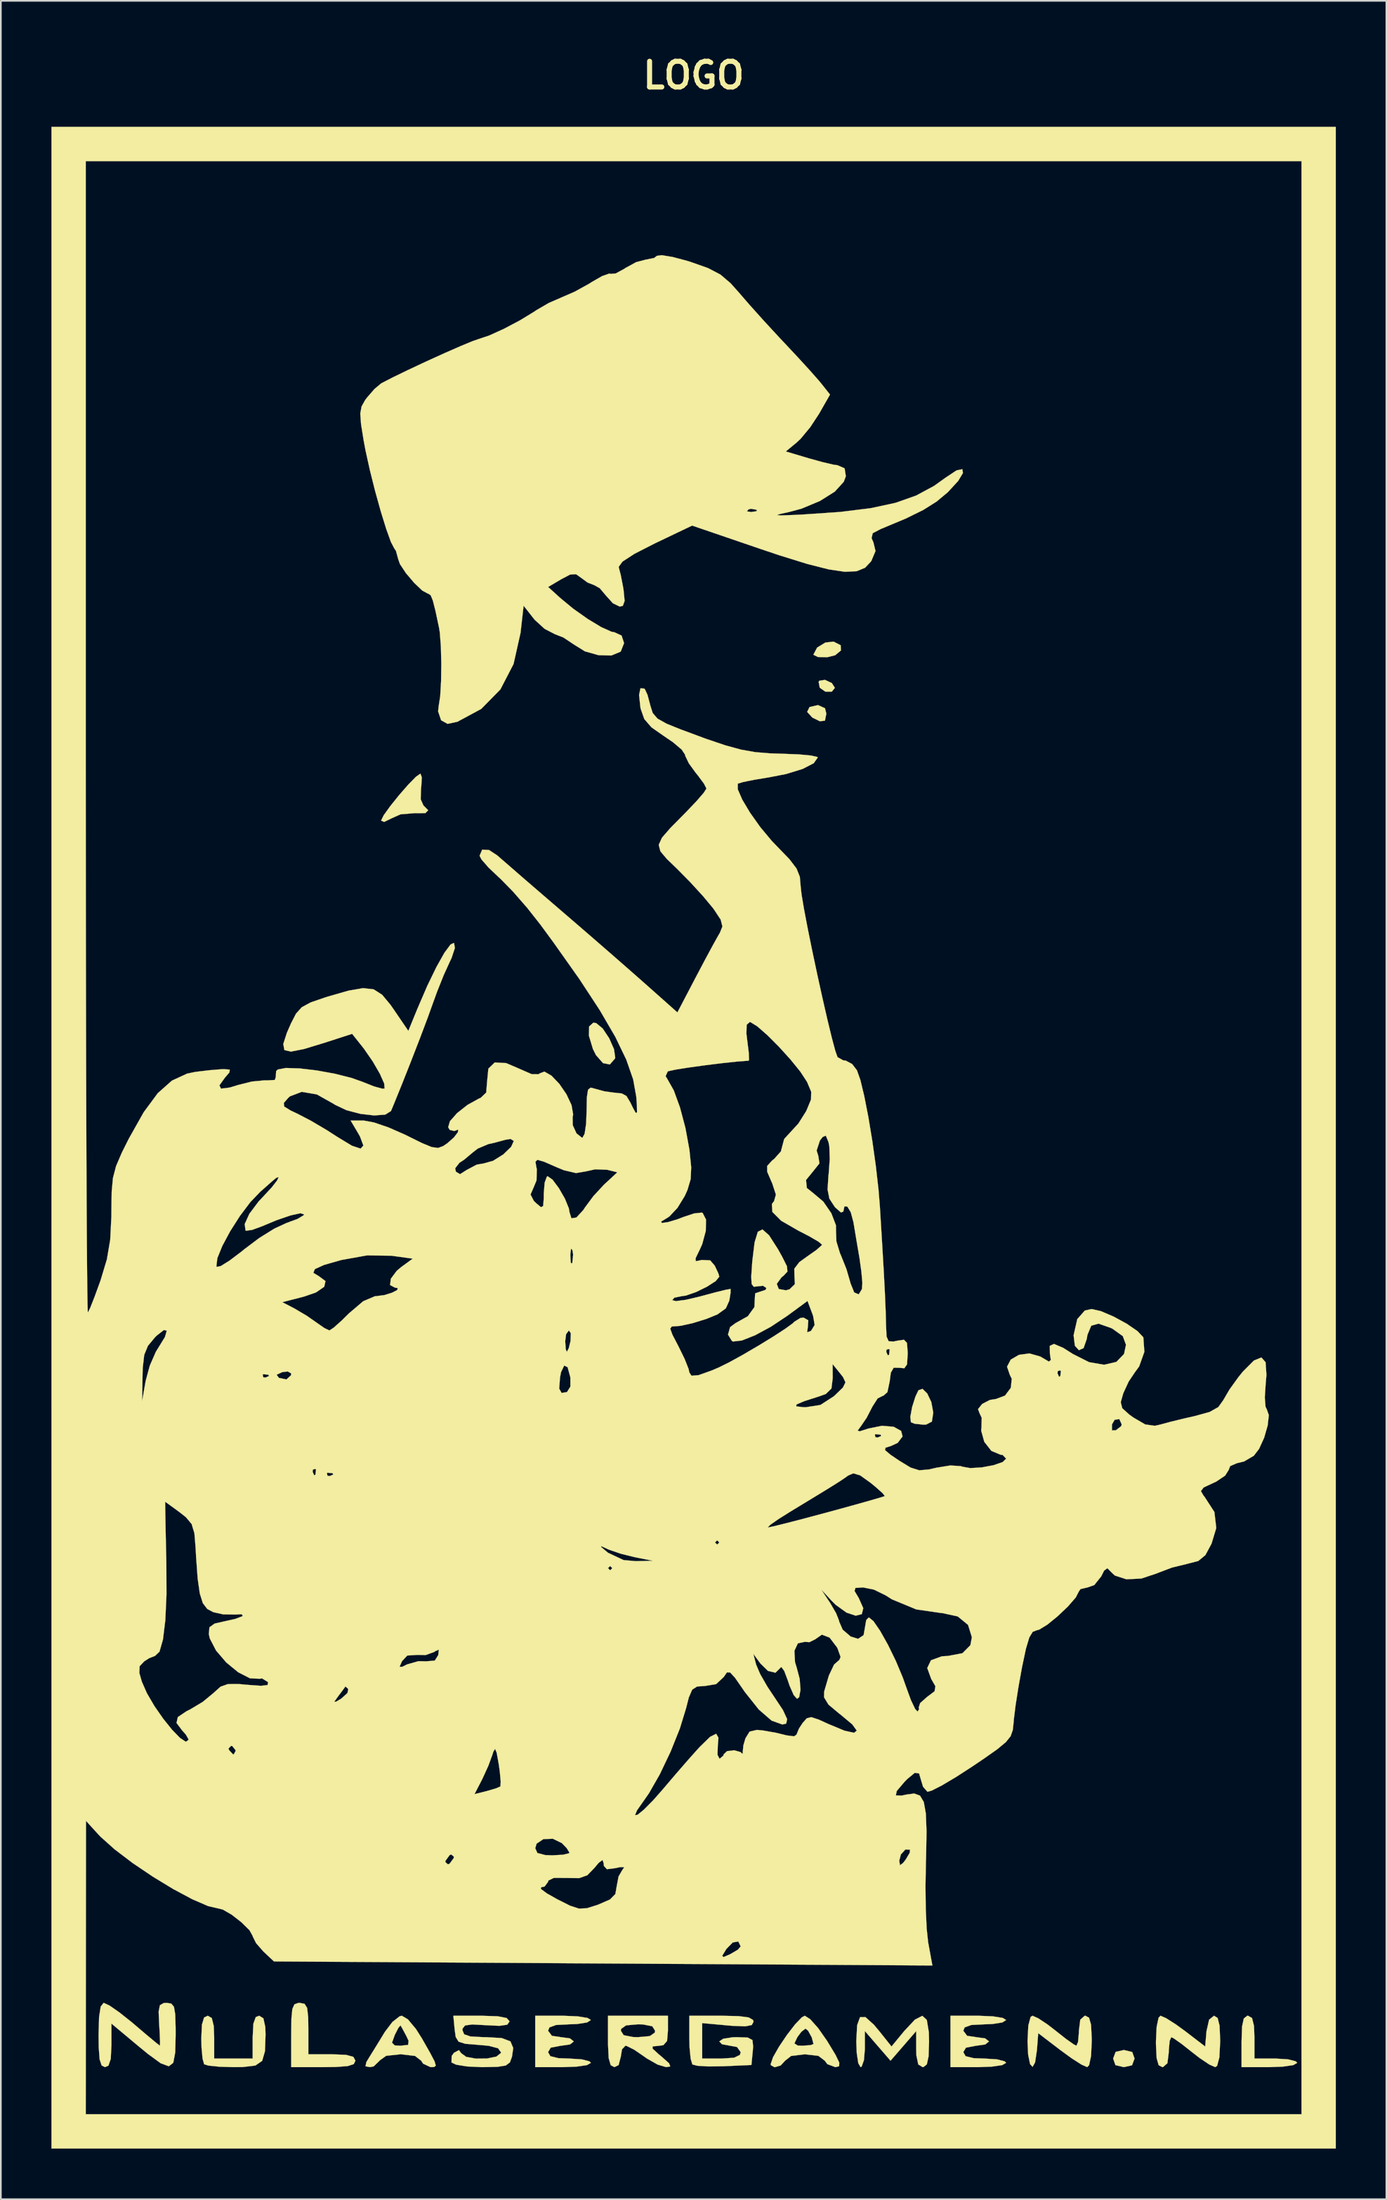
<source format=kicad_pcb>
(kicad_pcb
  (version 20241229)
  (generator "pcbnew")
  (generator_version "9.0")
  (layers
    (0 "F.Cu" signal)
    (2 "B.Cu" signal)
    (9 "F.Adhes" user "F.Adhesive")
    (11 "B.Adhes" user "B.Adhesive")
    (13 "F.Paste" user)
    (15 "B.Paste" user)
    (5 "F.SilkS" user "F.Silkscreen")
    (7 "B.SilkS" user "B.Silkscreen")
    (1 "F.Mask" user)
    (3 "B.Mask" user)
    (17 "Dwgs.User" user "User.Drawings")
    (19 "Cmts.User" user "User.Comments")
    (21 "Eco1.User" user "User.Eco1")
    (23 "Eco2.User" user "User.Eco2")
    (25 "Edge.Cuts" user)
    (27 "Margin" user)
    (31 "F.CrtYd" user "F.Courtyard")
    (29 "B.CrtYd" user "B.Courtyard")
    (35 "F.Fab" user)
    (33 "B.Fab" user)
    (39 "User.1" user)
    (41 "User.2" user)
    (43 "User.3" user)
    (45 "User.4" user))
  (footprint "LOGO"
    (layer "F.Cu")
    (at 38.105 64.418)
    (property "Reference" "LOGO" (at 0 -63 0) (layer "F.SilkS") (effects (font (size 1.524 1.524) (thickness 0.3))))
    (attr through_hole)
    (fp_poly (pts (xy 7.795 -25.467) (xy 7.874 -25.146) (xy 7.792 -24.731) (xy 7.488 -24.697) (xy 7.043 -24.915) (xy 6.737 -25.251) (xy 6.877 -25.538) (xy 7.381 -25.654) (xy 7.795 -25.467)) (stroke (width 0.01) (type solid)) (fill yes) (layer "F.SilkS"))
    (fp_poly (pts (xy 26.025 54.221) (xy 26.162 54.61) (xy 26.013 55.008) (xy 25.527 55.118) (xy 25.029 54.999) (xy 24.892 54.61) (xy 25.041 54.212) (xy 25.527 54.102) (xy 26.025 54.221)) (stroke (width 0.01) (type solid)) (fill yes) (layer "F.SilkS"))
    (fp_poly (pts (xy 8.2 -26.96) (xy 8.382 -26.678) (xy 8.198 -26.451) (xy 7.815 -26.453) (xy 7.486 -26.682) (xy 7.483 -26.687) (xy 7.418 -27.033) (xy 7.457 -27.099) (xy 7.796 -27.149) (xy 8.2 -26.96)) (stroke (width 0.01) (type solid)) (fill yes) (layer "F.SilkS"))
    (fp_poly (pts (xy 8.725 -29.204) (xy 8.739 -28.893) (xy 8.4 -28.611) (xy 7.938 -28.495) (xy 7.378 -28.505) (xy 7.115 -28.635) (xy 7.112 -28.655) (xy 7.327 -29.064) (xy 7.818 -29.364) (xy 8.306 -29.418) (xy 8.725 -29.204)) (stroke (width 0.01) (type solid)) (fill yes) (layer "F.SilkS"))
    (fp_poly (pts (xy -5.781 -6.795) (xy -5.397 -6.478) (xy -5.008 -5.893) (xy -4.723 -5.246) (xy -4.652 -4.743) (xy -4.665 -4.695) (xy -4.969 -4.343) (xy -5.375 -4.422) (xy -5.792 -4.895) (xy -5.974 -5.257) (xy -6.212 -6.046) (xy -6.2 -6.597) (xy -5.951 -6.82) (xy -5.781 -6.795)) (stroke (width 0.01) (type solid)) (fill yes) (layer "F.SilkS"))
    (fp_poly (pts (xy 13.863 15.171) (xy 14.103 15.678) (xy 14.215 16.284) (xy 14.216 16.32) (xy 14.137 16.836) (xy 13.8 17.011) (xy 13.631 17.018) (xy 13.109 16.962) (xy 12.893 16.872) (xy 12.859 16.551) (xy 12.965 15.972) (xy 13.163 15.348) (xy 13.339 14.979) (xy 13.58 14.894) (xy 13.863 15.171)) (stroke (width 0.01) (type solid)) (fill yes) (layer "F.SilkS"))
    (fp_poly (pts (xy 33.133 52.206) (xy 33.25 52.677) (xy 33.274 53.34) (xy 33.274 54.61) (xy 34.544 54.61) (xy 35.268 54.656) (xy 35.728 54.773) (xy 35.814 54.864) (xy 35.581 54.997) (xy 34.963 55.088) (xy 34.163 55.118) (xy 32.512 55.118) (xy 32.512 53.594) (xy 32.541 52.709) (xy 32.645 52.234) (xy 32.847 52.073) (xy 32.893 52.07) (xy 33.133 52.206)) (stroke (width 0.01) (type solid)) (fill yes) (layer "F.SilkS"))
    (fp_poly (pts (xy -23.084 51.364) (xy -22.931 51.608) (xy -22.869 52.157) (xy -22.86 52.832) (xy -22.86 54.356) (xy -21.463 54.356) (xy -20.621 54.39) (xy -20.187 54.51) (xy -20.066 54.737) (xy -20.166 54.938) (xy -20.526 55.056) (xy -21.24 55.109) (xy -21.971 55.118) (xy -23.876 55.118) (xy -23.876 53.213) (xy -23.864 52.239) (xy -23.809 51.668) (xy -23.684 51.393) (xy -23.459 51.311) (xy -23.368 51.308) (xy -23.084 51.364)) (stroke (width 0.01) (type solid)) (fill yes) (layer "F.SilkS"))
    (fp_poly (pts (xy -16.128 -21.371) (xy -16.158 -20.834) (xy -16.173 -20.733) (xy -16.194 -20.071) (xy -16.032 -19.704) (xy -16.03 -19.702) (xy -15.75 -19.418) (xy -15.916 -19.248) (xy -16.473 -19.245) (xy -16.51 -19.25) (xy -17.392 -19.176) (xy -17.907 -18.946) (xy -18.362 -18.725) (xy -18.542 -18.804) (xy -18.542 -18.807) (xy -18.388 -19.122) (xy -17.997 -19.667) (xy -17.477 -20.314) (xy -16.934 -20.935) (xy -16.476 -21.403) (xy -16.21 -21.59) (xy -16.208 -21.59) (xy -16.128 -21.371)) (stroke (width 0.01) (type solid)) (fill yes) (layer "F.SilkS"))
    (fp_poly (pts (xy -25.528 52.222) (xy -25.414 52.738) (xy -25.4 53.192) (xy -25.433 54.169) (xy -25.599 54.744) (xy -26.004 55.023) (xy -26.75 55.112) (xy -27.29 55.118) (xy -28.145 55.093) (xy -28.783 55.027) (xy -29.041 54.949) (xy -29.136 54.618) (xy -29.197 53.952) (xy -29.21 53.425) (xy -29.174 52.597) (xy -29.047 52.177) (xy -28.829 52.07) (xy -28.589 52.206) (xy -28.472 52.677) (xy -28.448 53.34) (xy -28.448 54.61) (xy -26.162 54.61) (xy -26.162 53.34) (xy -26.121 52.541) (xy -25.98 52.151) (xy -25.781 52.07) (xy -25.528 52.222)) (stroke (width 0.01) (type solid)) (fill yes) (layer "F.SilkS"))
    (fp_poly (pts (xy -6.884 52.106) (xy -6.294 52.201) (xy -6.096 52.324) (xy -6.324 52.469) (xy -6.909 52.561) (xy -7.366 52.578) (xy -8.165 52.619) (xy -8.555 52.76) (xy -8.636 52.959) (xy -8.409 53.261) (xy -7.874 53.34) (xy -7.339 53.414) (xy -7.112 53.591) (xy -7.112 53.594) (xy -7.333 53.772) (xy -7.865 53.848) (xy -7.874 53.848) (xy -8.479 53.962) (xy -8.636 54.229) (xy -8.5 54.469) (xy -8.029 54.586) (xy -7.366 54.61) (xy -6.642 54.656) (xy -6.182 54.773) (xy -6.096 54.864) (xy -6.329 54.997) (xy -6.947 55.088) (xy -7.747 55.118) (xy -9.398 55.118) (xy -9.398 52.07) (xy -7.747 52.07) (xy -6.884 52.106)) (stroke (width 0.01) (type solid)) (fill yes) (layer "F.SilkS"))
    (fp_poly (pts (xy 13.836 52.319) (xy 13.956 53.043) (xy 13.97 53.594) (xy 13.941 54.479) (xy 13.837 54.954) (xy 13.635 55.115) (xy 13.589 55.118) (xy 13.33 54.959) (xy 13.218 54.424) (xy 13.208 54.048) (xy 13.208 52.978) (xy 12.446 53.858) (xy 11.684 54.737) (xy 10.922 53.858) (xy 10.16 52.978) (xy 10.16 54.048) (xy 10.106 54.704) (xy 9.971 55.082) (xy 9.906 55.118) (xy 9.771 54.887) (xy 9.679 54.282) (xy 9.652 53.594) (xy 9.702 52.632) (xy 9.873 52.156) (xy 10.196 52.152) (xy 10.701 52.607) (xy 11.014 52.982) (xy 11.742 53.893) (xy 12.493 52.982) (xy 13.132 52.3) (xy 13.571 52.075) (xy 13.836 52.319)) (stroke (width 0.01) (type solid)) (fill yes) (layer "F.SilkS"))
    (fp_poly (pts (xy 17.754 52.106) (xy 18.344 52.201) (xy 18.542 52.324) (xy 18.314 52.469) (xy 17.729 52.561) (xy 17.272 52.578) (xy 16.473 52.619) (xy 16.083 52.76) (xy 16.002 52.959) (xy 16.229 53.261) (xy 16.764 53.34) (xy 17.299 53.414) (xy 17.526 53.591) (xy 17.526 53.594) (xy 17.305 53.772) (xy 16.773 53.848) (xy 16.764 53.848) (xy 16.159 53.962) (xy 16.002 54.229) (xy 16.138 54.469) (xy 16.609 54.586) (xy 17.272 54.61) (xy 17.996 54.656) (xy 18.456 54.773) (xy 18.542 54.864) (xy 18.309 54.997) (xy 17.691 55.088) (xy 16.891 55.118) (xy 15.24 55.118) (xy 15.24 52.07) (xy 16.891 52.07) (xy 17.754 52.106)) (stroke (width 0.01) (type solid)) (fill yes) (layer "F.SilkS"))
    (fp_poly (pts (xy 23.462 52.187) (xy 23.581 52.602) (xy 23.621 53.41) (xy 23.622 53.594) (xy 23.58 54.462) (xy 23.467 54.996) (xy 23.353 55.118) (xy 23.025 54.973) (xy 22.433 54.596) (xy 21.765 54.11) (xy 20.447 53.103) (xy 20.369 54.11) (xy 20.26 54.839) (xy 20.112 55.102) (xy 19.962 54.935) (xy 19.849 54.374) (xy 19.812 53.594) (xy 19.859 52.652) (xy 19.993 52.147) (xy 20.103 52.07) (xy 20.449 52.221) (xy 21.028 52.608) (xy 21.48 52.959) (xy 22.102 53.449) (xy 22.56 53.772) (xy 22.712 53.848) (xy 22.81 53.624) (xy 22.859 53.075) (xy 22.86 52.959) (xy 22.943 52.301) (xy 23.206 52.072) (xy 23.241 52.07) (xy 23.462 52.187)) (stroke (width 0.01) (type solid)) (fill yes) (layer "F.SilkS"))
    (fp_poly (pts (xy 31.091 52.202) (xy 31.206 52.657) (xy 31.242 53.523) (xy 31.242 53.594) (xy 31.195 54.536) (xy 31.061 55.041) (xy 30.951 55.118) (xy 30.605 54.967) (xy 30.026 54.58) (xy 29.574 54.229) (xy 28.952 53.739) (xy 28.494 53.416) (xy 28.342 53.34) (xy 28.244 53.564) (xy 28.195 54.113) (xy 28.194 54.229) (xy 28.111 54.887) (xy 27.848 55.116) (xy 27.813 55.118) (xy 27.592 55.001) (xy 27.473 54.586) (xy 27.433 53.778) (xy 27.432 53.594) (xy 27.474 52.726) (xy 27.587 52.192) (xy 27.701 52.07) (xy 28.035 52.215) (xy 28.621 52.589) (xy 29.162 52.982) (xy 30.353 53.894) (xy 30.432 52.982) (xy 30.587 52.302) (xy 30.876 52.07) (xy 31.091 52.202)) (stroke (width 0.01) (type solid)) (fill yes) (layer "F.SilkS"))
    (fp_poly (pts (xy 2.672 52.093) (xy 3.27 52.172) (xy 3.528 52.322) (xy 3.556 52.427) (xy 3.45 52.622) (xy 3.065 52.698) (xy 2.304 52.669) (xy 2.032 52.646) (xy 0.508 52.507) (xy 0.508 54.61) (xy 1.651 54.61) (xy 2.404 54.56) (xy 2.748 54.391) (xy 2.794 54.229) (xy 2.573 53.923) (xy 2.159 53.848) (xy 1.682 53.761) (xy 1.524 53.594) (xy 1.75 53.436) (xy 2.314 53.347) (xy 2.556 53.34) (xy 3.211 53.364) (xy 3.491 53.512) (xy 3.531 53.9) (xy 3.509 54.166) (xy 3.429 54.991) (xy 1.767 55.065) (xy 0.889 55.077) (xy 0.223 55.037) (xy -0.074 54.959) (xy -0.175 54.622) (xy -0.241 53.952) (xy -0.254 53.425) (xy -0.254 52.07) (xy 1.651 52.07) (xy 2.672 52.093)) (stroke (width 0.01) (type solid)) (fill yes) (layer "F.SilkS"))
    (fp_poly (pts (xy 6.915 52.272) (xy 7.388 52.803) (xy 7.912 53.551) (xy 7.939 53.594) (xy 8.42 54.389) (xy 8.643 54.85) (xy 8.633 55.064) (xy 8.419 55.118) (xy 8.41 55.118) (xy 7.936 54.942) (xy 7.782 54.737) (xy 7.401 54.448) (xy 6.604 54.356) (xy 5.784 54.456) (xy 5.426 54.737) (xy 5.165 55.019) (xy 4.807 55.126) (xy 4.581 55.001) (xy 4.572 54.94) (xy 4.712 54.531) (xy 5.065 53.91) (xy 5.197 53.713) (xy 5.979 53.713) (xy 6.182 53.838) (xy 6.475 53.848) (xy 6.954 53.812) (xy 7.112 53.742) (xy 7.008 53.349) (xy 6.793 52.959) (xy 6.638 52.832) (xy 6.391 53.022) (xy 6.155 53.34) (xy 5.979 53.713) (xy 5.197 53.713) (xy 5.533 53.215) (xy 6.017 52.587) (xy 6.418 52.167) (xy 6.595 52.07) (xy 6.915 52.272)) (stroke (width 0.01) (type solid)) (fill yes) (layer "F.SilkS"))
    (fp_poly (pts (xy -30.995 51.348) (xy -30.835 51.537) (xy -30.759 51.982) (xy -30.735 52.788) (xy -30.734 53.213) (xy -30.759 54.246) (xy -30.874 54.859) (xy -31.14 55.067) (xy -31.62 54.888) (xy -32.375 54.338) (xy -32.998 53.826) (xy -34.544 52.534) (xy -34.544 53.826) (xy -34.584 54.632) (xy -34.721 55.03) (xy -34.925 55.118) (xy -35.126 55.018) (xy -35.244 54.658) (xy -35.297 53.944) (xy -35.306 53.213) (xy -35.276 52.144) (xy -35.18 51.527) (xy -35.01 51.312) (xy -34.989 51.31) (xy -34.654 51.467) (xy -34.06 51.88) (xy -33.324 52.466) (xy -33.19 52.58) (xy -32.483 53.181) (xy -31.947 53.628) (xy -31.679 53.841) (xy -31.666 53.848) (xy -31.657 53.62) (xy -31.682 53.037) (xy -31.711 52.578) (xy -31.742 51.823) (xy -31.668 51.446) (xy -31.445 51.318) (xy -31.267 51.308) (xy -30.995 51.348)) (stroke (width 0.01) (type solid)) (fill yes) (layer "F.SilkS"))
    (fp_poly (pts (xy -16.954 52.283) (xy -16.479 52.851) (xy -16.129 53.402) (xy -15.639 54.263) (xy -15.371 54.774) (xy -15.298 55.025) (xy -15.393 55.11) (xy -15.608 55.118) (xy -16.05 54.913) (xy -16.164 54.737) (xy -16.531 54.454) (xy -17.354 54.356) (xy -17.399 54.356) (xy -18.242 54.446) (xy -18.627 54.721) (xy -18.634 54.737) (xy -18.983 55.073) (xy -19.198 55.118) (xy -19.469 55.066) (xy -19.417 54.818) (xy -19.254 54.547) (xy -18.888 53.958) (xy -18.71 53.669) (xy -17.896 53.669) (xy -17.732 53.83) (xy -17.385 53.848) (xy -16.941 53.8) (xy -16.911 53.556) (xy -17.043 53.276) (xy -17.286 52.822) (xy -17.392 52.64) (xy -17.519 52.792) (xy -17.733 53.212) (xy -17.896 53.669) (xy -18.71 53.669) (xy -18.43 53.211) (xy -18.315 53.023) (xy -17.871 52.438) (xy -17.442 52.102) (xy -17.315 52.07) (xy -16.954 52.283)) (stroke (width 0.01) (type solid)) (fill yes) (layer "F.SilkS"))
    (fp_poly (pts (xy -1.524 52.959) (xy -1.576 53.566) (xy -1.795 53.816) (xy -2.095 53.857) (xy -2.434 53.887) (xy -2.435 54.021) (xy -2.073 54.353) (xy -1.905 54.491) (xy -1.455 54.892) (xy -1.387 55.076) (xy -1.627 55.117) (xy -2.131 54.969) (xy -2.779 54.602) (xy -2.944 54.483) (xy -3.53 54.082) (xy -3.97 53.863) (xy -4.047 53.848) (xy -4.251 54.065) (xy -4.318 54.483) (xy -4.45 54.994) (xy -4.699 55.118) (xy -4.92 55.001) (xy -5.039 54.586) (xy -5.079 53.778) (xy -5.08 53.594) (xy -5.08 52.959) (xy -4.318 52.959) (xy -4.15 53.224) (xy -3.594 53.333) (xy -3.302 53.34) (xy -2.596 53.277) (xy -2.304 53.069) (xy -2.286 52.959) (xy -2.454 52.694) (xy -3.01 52.585) (xy -3.302 52.578) (xy -4.008 52.641) (xy -4.3 52.849) (xy -4.318 52.959) (xy -5.08 52.959) (xy -5.08 52.07) (xy -1.524 52.07) (xy -1.524 52.959)) (stroke (width 0.01) (type solid)) (fill yes) (layer "F.SilkS"))
    (fp_poly (pts (xy -11.622 52.102) (xy -11.09 52.208) (xy -10.922 52.401) (xy -10.922 52.408) (xy -11.058 52.602) (xy -11.524 52.669) (xy -12.319 52.631) (xy -13.133 52.587) (xy -13.558 52.645) (xy -13.708 52.83) (xy -13.716 52.928) (xy -13.614 53.173) (xy -13.236 53.3) (xy -12.476 53.34) (xy -12.334 53.34) (xy -11.389 53.393) (xy -10.87 53.589) (xy -10.703 53.983) (xy -10.776 54.497) (xy -10.9 54.834) (xy -11.144 55.021) (xy -11.634 55.1) (xy -12.498 55.118) (xy -12.563 55.118) (xy -13.435 55.078) (xy -14.089 54.973) (xy -14.365 54.842) (xy -14.356 54.457) (xy -14.221 54.27) (xy -13.925 54.11) (xy -13.79 54.292) (xy -13.491 54.51) (xy -12.919 54.613) (xy -12.261 54.606) (xy -11.704 54.493) (xy -11.434 54.278) (xy -11.43 54.242) (xy -11.603 53.998) (xy -12.167 53.851) (xy -12.764 53.798) (xy -13.541 53.736) (xy -13.947 53.608) (xy -14.116 53.329) (xy -14.177 52.895) (xy -14.256 52.07) (xy -12.589 52.07) (xy -11.622 52.102)) (stroke (width 0.01) (type solid)) (fill yes) (layer "F.SilkS"))
    (fp_poly (pts (xy -1.242 -52.227) (xy -0.376 -51.997) (xy -0.192 -51.94) (xy 0.855 -51.57) (xy 1.59 -51.186) (xy 2.197 -50.669) (xy 2.667 -50.142) (xy 3.318 -49.391) (xy 4.171 -48.441) (xy 5.077 -47.46) (xy 5.385 -47.133) (xy 6.185 -46.279) (xy 6.904 -45.493) (xy 7.433 -44.893) (xy 7.59 -44.704) (xy 8.093 -44.069) (xy 7.44 -42.926) (xy 6.919 -42.135) (xy 6.353 -41.452) (xy 6.128 -41.239) (xy 5.469 -40.695) (xy 6.845 -40.286) (xy 7.659 -40.061) (xy 8.297 -39.912) (xy 8.54 -39.878) (xy 8.959 -39.694) (xy 9.032 -39.226) (xy 8.908 -38.896) (xy 8.379 -38.316) (xy 7.494 -37.758) (xy 6.401 -37.303) (xy 5.645 -37.1) (xy 5.108 -36.983) (xy 4.948 -36.919) (xy 5.2 -36.903) (xy 5.903 -36.928) (xy 6.477 -36.956) (xy 8.705 -37.109) (xy 10.513 -37.333) (xy 11.985 -37.65) (xy 13.206 -38.082) (xy 14.263 -38.651) (xy 14.947 -39.14) (xy 15.597 -39.571) (xy 15.944 -39.646) (xy 15.98 -39.419) (xy 15.698 -38.948) (xy 15.091 -38.288) (xy 15.065 -38.264) (xy 14.413 -37.721) (xy 13.626 -37.227) (xy 12.588 -36.717) (xy 11.184 -36.13) (xy 11.103 -36.097) (xy 10.627 -35.848) (xy 10.558 -35.555) (xy 10.666 -35.31) (xy 10.792 -34.791) (xy 10.546 -34.207) (xy 10.519 -34.166) (xy 10.171 -33.798) (xy 9.676 -33.594) (xy 8.974 -33.56) (xy 8.011 -33.703) (xy 6.727 -34.029) (xy 5.066 -34.545) (xy 3.956 -34.918) (xy -0.089 -36.3) (xy -2.327 -35.231) (xy -3.515 -34.623) (xy -4.222 -34.163) (xy -4.447 -33.852) (xy -4.441 -33.823) (xy -4.322 -33.362) (xy -4.185 -32.654) (xy -4.158 -32.49) (xy -4.094 -31.831) (xy -4.2 -31.542) (xy -4.383 -31.496) (xy -4.788 -31.691) (xy -5.184 -32.131) (xy -5.57 -32.586) (xy -5.891 -32.766) (xy -6.295 -32.923) (xy -6.631 -33.171) (xy -6.977 -33.418) (xy -7.325 -33.397) (xy -7.855 -33.118) (xy -8.632 -32.659) (xy -7.922 -32.014) (xy -7.14 -31.369) (xy -6.283 -30.763) (xy -5.483 -30.28) (xy -4.875 -30.006) (xy -4.696 -29.972) (xy -4.274 -29.776) (xy -4.126 -29.331) (xy -4.317 -28.85) (xy -4.35 -28.815) (xy -4.882 -28.595) (xy -5.649 -28.615) (xy -6.453 -28.844) (xy -7.076 -29.231) (xy -7.727 -29.663) (xy -8.237 -29.863) (xy -8.838 -30.174) (xy -9.432 -30.715) (xy -9.493 -30.79) (xy -10.088 -31.55) (xy -10.27 -29.936) (xy -10.684 -28.091) (xy -11.465 -26.584) (xy -12.601 -25.429) (xy -14.014 -24.667) (xy -14.6 -24.542) (xy -14.972 -24.749) (xy -14.987 -24.767) (xy -15.161 -25.284) (xy -15.122 -25.626) (xy -15.035 -26.182) (xy -14.984 -27.07) (xy -14.971 -28.114) (xy -14.996 -29.138) (xy -15.06 -29.968) (xy -15.101 -30.226) (xy -15.317 -31.243) (xy -15.473 -31.856) (xy -15.599 -32.161) (xy -15.727 -32.256) (xy -15.755 -32.258) (xy -16.1 -32.446) (xy -16.583 -32.906) (xy -17.07 -33.481) (xy -17.425 -34.017) (xy -17.525 -34.303) (xy -17.664 -34.807) (xy -17.757 -34.938) (xy -17.961 -35.329) (xy -18.24 -36.103) (xy -18.562 -37.145) (xy 3.158 -37.145) (xy 3.408 -37.104) (xy 3.737 -37.151) (xy 3.741 -37.237) (xy 3.401 -37.298) (xy 3.254 -37.258) (xy 3.158 -37.145) (xy -18.562 -37.145) (xy -18.563 -37.147) (xy -18.897 -38.347) (xy -19.209 -39.59) (xy -19.468 -40.762) (xy -19.578 -41.348) (xy -19.733 -42.32) (xy -19.778 -42.943) (xy -19.701 -43.365) (xy -19.494 -43.735) (xy -19.397 -43.868) (xy -18.936 -44.4) (xy -18.529 -44.739) (xy -17.839 -45.094) (xy -16.908 -45.545) (xy -15.854 -46.038) (xy -14.795 -46.519) (xy -13.847 -46.935) (xy -13.128 -47.233) (xy -12.766 -47.358) (xy -12.131 -47.57) (xy -11.25 -47.971) (xy -10.301 -48.472) (xy -9.462 -48.984) (xy -9.346 -49.064) (xy -8.588 -49.504) (xy -7.822 -49.837) (xy -7.059 -50.169) (xy -6.216 -50.634) (xy -6.027 -50.753) (xy -5.423 -51.098) (xy -5.002 -51.244) (xy -4.913 -51.226) (xy -4.625 -51.251) (xy -4.126 -51.519) (xy -4.053 -51.57) (xy -3.414 -51.92) (xy -2.844 -52.07) (xy -2.833 -52.07) (xy -2.345 -52.169) (xy -2.176 -52.297) (xy -1.885 -52.334) (xy -1.242 -52.227)) (stroke (width 0.01) (type solid)) (fill yes) (layer "F.SilkS"))
    (fp_poly (pts (xy 38.1 59.944) (xy -38.1 59.944) (xy -38.1 40.175) (xy -3.477 40.175) (xy -3.326 40.153) (xy -2.95 39.848) (xy -2.394 39.287) (xy -1.834 38.65) (xy -1.07 37.753) (xy -0.326 36.897) (xy 0.261 36.239) (xy 0.36 36.132) (xy 0.978 35.53) (xy 1.339 35.349) (xy 1.473 35.585) (xy 1.434 36.068) (xy 1.417 36.598) (xy 1.539 36.83) (xy 1.546 36.83) (xy 1.771 36.636) (xy 1.778 36.576) (xy 1.979 36.38) (xy 2.404 36.327) (xy 2.785 36.434) (xy 2.858 36.513) (xy 2.924 36.524) (xy 2.913 36.449) (xy 2.954 36.03) (xy 3.076 35.617) (xy 3.32 35.222) (xy 3.757 35.119) (xy 4.122 35.154) (xy 4.9 35.292) (xy 5.524 35.445) (xy 5.963 35.5) (xy 6.104 35.399) (xy 6.25 35.042) (xy 6.474 34.701) (xy 6.714 34.43) (xy 6.977 34.363) (xy 7.42 34.506) (xy 7.987 34.765) (xy 8.951 35.165) (xy 9.521 35.292) (xy 9.681 35.161) (xy 9.412 34.79) (xy 8.698 34.195) (xy 8.634 34.148) (xy 7.999 33.616) (xy 7.739 33.187) (xy 7.747 32.841) (xy 8.026 31.894) (xy 8.335 31.242) (xy 8.625 30.988) (xy 8.636 30.988) (xy 8.722 30.796) (xy 8.542 30.292) (xy 8.509 30.226) (xy 8.069 29.646) (xy 7.61 29.47) (xy 7.228 29.736) (xy 7.225 29.74) (xy 6.869 29.917) (xy 6.597 29.897) (xy 6.186 29.985) (xy 5.979 30.428) (xy 6.016 31.099) (xy 6.113 31.413) (xy 6.292 32.093) (xy 6.342 32.74) (xy 6.26 33.18) (xy 6.136 33.274) (xy 5.94 33.054) (xy 5.695 32.5) (xy 5.592 32.194) (xy 5.377 31.622) (xy 5.204 31.388) (xy 5.15 31.433) (xy 4.856 31.728) (xy 4.408 31.617) (xy 3.961 31.178) (xy 3.542 30.607) (xy 3.707 31.242) (xy 3.945 31.801) (xy 4.381 32.561) (xy 4.73 33.084) (xy 5.302 33.945) (xy 5.55 34.482) (xy 5.49 34.747) (xy 5.264 34.798) (xy 4.626 34.568) (xy 3.866 33.909) (xy 3.039 32.869) (xy 2.938 32.722) (xy 2.459 32.031) (xy 2.167 31.711) (xy 1.977 31.706) (xy 1.802 31.96) (xy 1.792 31.978) (xy 1.334 32.405) (xy 0.686 32.512) (xy 0.202 32.547) (xy -0.086 32.734) (xy -0.285 33.197) (xy -0.447 33.832) (xy -0.817 35.038) (xy -1.366 36.408) (xy -2.006 37.752) (xy -2.652 38.88) (xy -2.923 39.269) (xy -3.357 39.888) (xy -3.477 40.175) (xy -38.1 40.175) (xy -38.1 38.929) (xy -13.002 38.929) (xy -12.28 38.748) (xy -11.732 38.589) (xy -11.463 38.472) (xy -11.445 38.189) (xy -11.502 37.573) (xy -11.561 37.159) (xy -11.684 36.475) (xy -11.78 36.244) (xy -11.884 36.413) (xy -11.934 36.578) (xy -12.178 37.244) (xy -12.527 38.01) (xy -12.558 38.072) (xy -13.002 38.929) (xy -38.1 38.929) (xy -38.1 36.224) (xy -27.599 36.224) (xy -27.559 36.322) (xy -27.331 36.564) (xy -27.29 36.576) (xy -27.181 36.379) (xy -27.178 36.322) (xy -27.373 36.078) (xy -27.447 36.068) (xy -27.599 36.224) (xy -38.1 36.224) (xy -38.1 31.742) (xy -32.888 31.742) (xy -32.739 32.26) (xy -32.438 32.944) (xy -31.995 33.702) (xy -31.475 34.451) (xy -30.946 35.109) (xy -30.475 35.594) (xy -30.129 35.824) (xy -29.975 35.715) (xy -29.972 35.669) (xy -30.13 35.393) (xy -30.353 35.143) (xy -30.681 34.705) (xy -30.604 34.359) (xy -30.083 34.008) (xy -29.876 33.907) (xy -29.122 33.455) (xy -21.325 33.455) (xy -21.213 33.448) (xy -20.908 33.264) (xy -20.54 32.934) (xy -20.489 32.698) (xy -20.654 32.545) (xy -20.671 32.559) (xy -20.844 32.799) (xy -21.09 33.124) (xy -21.325 33.455) (xy -29.122 33.455) (xy -29.119 33.453) (xy -28.472 32.919) (xy -28.454 32.9) (xy -28.067 32.555) (xy -27.636 32.403) (xy -26.981 32.4) (xy -26.479 32.446) (xy -25.666 32.505) (xy -25.281 32.459) (xy -25.249 32.298) (xy -25.259 32.28) (xy -25.606 32.065) (xy -25.752 32.085) (xy -26.32 32.06) (xy -27.021 31.701) (xy -27.415 31.378) (xy -17.448 31.378) (xy -17.278 31.374) (xy -17.009 31.237) (xy -16.327 31.044) (xy -15.866 31.052) (xy -15.357 31.01) (xy -15.152 30.681) (xy -15.115 30.356) (xy -15.332 30.452) (xy -15.386 30.495) (xy -15.897 30.68) (xy -16.391 30.67) (xy -16.989 30.709) (xy -17.3 31.041) (xy -17.448 31.378) (xy -27.415 31.378) (xy -27.733 31.116) (xy -28.336 30.412) (xy -28.708 29.694) (xy -28.764 29.437) (xy -28.729 29.035) (xy -28.42 28.813) (xy -27.874 28.689) (xy -27.21 28.542) (xy -26.786 28.384) (xy -26.746 28.355) (xy -26.821 28.259) (xy -27.193 28.278) (xy -27.914 28.267) (xy -28.499 28.137) (xy -28.859 27.945) (xy -29.119 27.604) (xy -29.3 27.031) (xy -29.333 26.797) (xy 7.573 26.797) (xy 8.105 27.598) (xy 8.453 28.197) (xy 8.63 28.645) (xy 8.636 28.696) (xy 8.845 29.177) (xy 9.321 29.583) (xy 9.761 29.718) (xy 10.086 29.5) (xy 10.16 29.083) (xy 10.241 28.606) (xy 10.395 28.448) (xy 10.668 28.666) (xy 11.066 29.244) (xy 11.53 30.07) (xy 11.999 31.032) (xy 12.413 32.019) (xy 12.609 32.574) (xy 12.89 33.344) (xy 13.142 33.874) (xy 13.286 34.034) (xy 13.386 33.88) (xy 13.352 33.81) (xy 13.44 33.531) (xy 13.845 33.169) (xy 13.863 33.157) (xy 14.298 32.828) (xy 14.347 32.531) (xy 14.098 32.097) (xy 13.862 31.451) (xy 14.083 30.99) (xy 14.731 30.755) (xy 15.093 30.734) (xy 15.95 30.572) (xy 16.421 30.098) (xy 16.51 29.624) (xy 16.284 28.893) (xy 15.671 28.39) (xy 14.771 28.194) (xy 14.731 28.194) (xy 13.213 27.975) (xy 11.764 27.375) (xy 11.391 27.139) (xy 10.695 26.799) (xy 10.051 26.67) (xy 9.601 26.699) (xy 9.548 26.88) (xy 9.795 27.294) (xy 10.066 27.901) (xy 9.978 28.255) (xy 9.618 28.346) (xy 9.074 28.165) (xy 8.432 27.703) (xy 8.195 27.467) (xy 7.573 26.797) (xy -29.333 26.797) (xy -29.427 26.143) (xy -29.471 25.527) (xy -5.08 25.527) (xy -4.953 25.654) (xy -4.826 25.527) (xy -4.953 25.4) (xy -5.08 25.527) (xy -29.471 25.527) (xy -29.52 24.858) (xy -29.549 24.32) (xy -29.557 24.215) (xy -5.494 24.215) (xy -5.477 24.281) (xy -5.08 24.615) (xy -4.152 25.049) (xy -3.429 25.113) (xy -2.413 25.09) (xy -3.481 24.879) (xy -4.306 24.676) (xy -5.012 24.436) (xy -5.132 24.382) (xy -5.494 24.215) (xy -29.557 24.215) (xy -29.575 24.003) (xy 1.27 24.003) (xy 1.397 24.13) (xy 1.524 24.003) (xy 1.397 23.876) (xy 1.27 24.003) (xy -29.575 24.003) (xy -29.62 23.456) (xy -29.724 23.111) (xy 4.397 23.111) (xy 4.409 23.114) (xy 4.723 23.051) (xy 5.429 22.877) (xy 6.432 22.619) (xy 7.634 22.299) (xy 7.957 22.212) (xy 9.178 21.878) (xy 10.206 21.591) (xy 10.952 21.377) (xy 11.323 21.261) (xy 11.347 21.25) (xy 11.204 21.073) (xy 10.776 20.692) (xy 10.493 20.462) (xy 9.88 20.024) (xy 9.477 19.904) (xy 9.172 20.034) (xy 8.947 20.194) (xy 8.664 20.383) (xy 8.241 20.65) (xy 7.599 21.045) (xy 6.659 21.617) (xy 5.762 22.161) (xy 5.033 22.619) (xy 4.548 22.957) (xy 4.397 23.111) (xy -29.724 23.111) (xy -29.782 22.915) (xy -30.118 22.511) (xy -30.481 22.224) (xy -31.012 21.835) (xy -31.323 21.611) (xy -31.355 21.59) (xy -31.354 21.828) (xy -31.343 22.485) (xy -31.324 23.469) (xy -31.297 24.692) (xy -31.285 25.209) (xy -31.277 27.083) (xy -31.346 28.612) (xy -31.486 29.757) (xy -31.692 30.478) (xy -31.959 30.734) (xy -31.966 30.734) (xy -32.309 30.869) (xy -32.599 31.054) (xy -32.87 31.342) (xy -32.888 31.742) (xy -38.1 31.742) (xy -38.1 19.812) (xy -22.606 19.812) (xy -22.513 20.021) (xy -22.437 19.981) (xy -22.428 19.897) (xy -21.759 19.897) (xy -21.724 20.048) (xy -21.59 20.066) (xy -21.381 19.973) (xy -21.421 19.897) (xy -21.722 19.866) (xy -21.759 19.897) (xy -22.428 19.897) (xy -22.406 19.68) (xy -22.437 19.643) (xy -22.588 19.678) (xy -22.606 19.812) (xy -38.1 19.812) (xy -38.1 17.611) (xy 10.753 17.611) (xy 10.788 17.762) (xy 10.922 17.78) (xy 11.131 17.687) (xy 11.091 17.611) (xy 10.79 17.58) (xy 10.753 17.611) (xy -38.1 17.611) (xy -38.1 15.932) (xy 6.088 15.932) (xy 6.49 15.98) (xy 6.652 15.985) (xy 7.524 15.849) (xy 8.311 15.341) (xy 8.377 15.282) (xy 8.861 14.813) (xy 9.01 14.509) (xy 8.867 14.199) (xy 8.707 13.995) (xy 8.248 13.428) (xy 8.252 14.261) (xy 8.177 14.874) (xy 7.847 15.195) (xy 7.493 15.326) (xy 6.565 15.624) (xy 6.104 15.819) (xy 6.088 15.932) (xy -38.1 15.932) (xy -38.1 15.621) (xy -32.722 15.621) (xy -32.593 14.883) (xy -7.976 14.883) (xy -7.833 15.137) (xy -7.514 15.086) (xy -7.312 14.761) (xy -7.313 14.214) (xy -7.476 13.613) (xy -7.679 13.511) (xy -7.867 13.905) (xy -7.928 14.225) (xy -7.976 14.883) (xy -32.593 14.883) (xy -32.512 14.421) (xy -32.413 14.055) (xy -25.569 14.055) (xy -25.534 14.206) (xy -25.4 14.224) (xy -25.191 14.131) (xy -25.23 14.057) (xy -24.742 14.057) (xy -24.608 14.242) (xy -24.159 14.337) (xy -23.89 14.09) (xy -23.876 13.979) (xy -24.08 13.863) (xy -24.405 13.902) (xy -24.742 14.057) (xy -25.23 14.057) (xy -25.231 14.055) (xy -25.532 14.024) (xy -25.569 14.055) (xy -32.413 14.055) (xy -32.266 13.514) (xy -31.904 12.688) (xy -31.772 12.477) (xy -31.519 12.065) (xy -7.62 12.065) (xy -7.587 12.543) (xy -7.523 12.7) (xy -7.408 12.484) (xy -7.304 12.065) (xy -7.286 11.593) (xy -7.401 11.43) (xy -7.566 11.648) (xy -7.62 12.065) (xy -31.519 12.065) (xy -31.368 11.82) (xy -31.26 11.445) (xy -31.431 11.404) (xy -31.869 11.747) (xy -31.958 11.837) (xy -32.377 12.342) (xy -32.598 12.879) (xy -32.686 13.643) (xy -32.698 14.097) (xy -32.722 15.621) (xy -38.1 15.621) (xy -38.1 -23.707) (xy -36.068 -23.707) (xy -36.067 -19.585) (xy -36.064 -15.607) (xy -36.06 -11.802) (xy -36.054 -8.199) (xy -36.047 -4.827) (xy -36.038 -1.716) (xy -36.028 1.105) (xy -36.017 3.608) (xy -36.004 5.762) (xy -35.991 7.54) (xy -35.977 8.911) (xy -35.963 9.847) (xy -35.948 10.318) (xy -35.94 10.371) (xy -35.8 10.085) (xy -35.669 9.754) (xy -24.405 9.754) (xy -23.696 10.121) (xy -22.952 10.56) (xy -22.381 10.959) (xy -21.9 11.294) (xy -21.607 11.43) (xy -21.352 11.263) (xy -20.869 10.831) (xy -20.447 10.414) (xy -19.608 9.7) (xy -18.906 9.401) (xy -18.808 9.394) (xy -18.341 9.332) (xy -17.889 9.191) (xy -17.583 9.032) (xy -17.558 8.917) (xy -17.716 8.894) (xy -18.01 8.738) (xy -17.965 8.364) (xy -17.617 7.897) (xy -17.35 7.672) (xy -16.665 7.173) (xy -17.931 6.999) (xy -18.979 6.985) (xy -7.316 6.985) (xy -7.289 7.419) (xy -7.21 7.457) (xy -7.199 7.434) (xy -7.149 6.93) (xy -7.19 6.672) (xy -7.271 6.569) (xy -7.315 6.906) (xy -7.316 6.985) (xy -18.979 6.985) (xy -19.383 6.98) (xy -20.901 7.253) (xy -21.927 7.545) (xy -22.474 7.793) (xy -22.563 8.012) (xy -22.225 8.22) (xy -21.843 8.504) (xy -21.918 8.841) (xy -22.409 9.179) (xy -23.125 9.425) (xy -24.405 9.754) (xy -35.669 9.754) (xy -35.548 9.446) (xy -35.233 8.584) (xy -35.178 8.428) (xy -34.934 7.616) (xy -28.315 7.616) (xy -28.294 7.664) (xy -28.055 7.612) (xy -27.536 7.289) (xy -26.838 6.762) (xy -26.655 6.612) (xy -25.77 5.947) (xy -24.876 5.391) (xy -24.158 5.059) (xy -24.129 5.05) (xy -23.939 4.98) (xy -1.934 4.98) (xy -1.881 5.056) (xy -1.528 5.008) (xy -0.969 4.843) (xy -0.6 4.701) (xy 0.038 4.49) (xy 0.48 4.443) (xy 0.535 4.462) (xy 0.735 4.853) (xy 0.722 5.527) (xy 0.51 6.313) (xy 0.363 6.64) (xy 0.116 7.151) (xy 0.129 7.324) (xy 0.424 7.266) (xy 0.474 7.25) (xy 0.984 7.274) (xy 1.255 7.591) (xy 1.469 8.05) (xy 1.524 8.242) (xy 1.313 8.501) (xy 0.797 8.834) (xy 0.152 9.151) (xy -0.449 9.361) (xy -0.699 9.397) (xy -1.145 9.487) (xy -1.27 9.636) (xy -1.048 9.691) (xy -0.462 9.614) (xy 0.364 9.421) (xy 0.441 9.399) (xy 1.292 9.171) (xy 1.919 9.017) (xy 2.194 8.97) (xy 2.196 8.971) (xy 2.188 9.223) (xy 2.117 9.663) (xy 1.911 10.121) (xy 1.42 10.476) (xy 0.772 10.742) (xy -0.051 10.997) (xy -0.756 11.153) (xy -0.993 11.176) (xy -1.296 11.195) (xy -1.387 11.328) (xy -1.257 11.685) (xy -0.896 12.379) (xy -0.895 12.38) (xy -0.533 13.121) (xy -0.3 13.709) (xy -0.254 13.922) (xy -0.126 14.117) (xy 0.297 14.082) (xy 1.075 13.804) (xy 1.508 13.619) (xy 2.131 13.31) (xy 2.956 12.854) (xy 3.218 12.7) (xy 11.43 12.7) (xy 11.523 12.909) (xy 11.599 12.869) (xy 11.63 12.568) (xy 11.599 12.531) (xy 11.448 12.566) (xy 11.43 12.7) (xy 3.218 12.7) (xy 3.863 12.323) (xy 4.734 11.789) (xy 5.45 11.323) (xy 5.893 10.999) (xy 5.971 10.918) (xy 6.334 10.693) (xy 6.522 10.668) (xy 6.803 10.828) (xy 6.781 11.191) (xy 6.735 11.54) (xy 6.929 11.475) (xy 6.979 11.435) (xy 7.182 11.102) (xy 7.09 10.567) (xy 7.036 10.419) (xy 6.758 9.682) (xy 5.565 10.558) (xy 4.585 11.21) (xy 3.648 11.716) (xy 2.867 12.025) (xy 2.35 12.087) (xy 2.275 12.058) (xy 2.04 11.679) (xy 2.163 11.236) (xy 2.477 11.002) (xy 3.218 10.587) (xy 3.609 10.042) (xy 3.626 9.638) (xy 3.652 9.23) (xy 3.907 9.144) (xy 4.264 9.027) (xy 4.318 8.914) (xy 4.117 8.78) (xy 3.832 8.811) (xy 3.572 8.84) (xy 3.443 8.682) (xy 3.419 8.235) (xy 3.477 7.393) (xy 3.482 7.326) (xy 3.618 6.206) (xy 3.81 5.579) (xy 4.087 5.441) (xy 4.477 5.788) (xy 5.008 6.616) (xy 5.258 7.066) (xy 5.54 7.63) (xy 5.565 7.942) (xy 5.329 8.193) (xy 5.221 8.274) (xy 4.933 8.667) (xy 5.052 8.975) (xy 5.48 9.05) (xy 5.691 8.991) (xy 6.009 8.684) (xy 5.984 8.225) (xy 5.973 7.773) (xy 6.27 7.38) (xy 6.724 7.053) (xy 7.276 6.666) (xy 7.59 6.389) (xy 7.617 6.339) (xy 7.409 6.165) (xy 6.866 5.848) (xy 6.214 5.512) (xy 5.194 4.924) (xy 4.672 4.4) (xy 4.644 3.935) (xy 4.773 3.761) (xy 4.882 3.375) (xy 4.662 2.699) (xy 4.62 2.61) (xy 4.578 2.511) (xy 6.669 2.511) (xy 6.718 2.981) (xy 7.126 3.309) (xy 7.695 3.789) (xy 8.172 4.482) (xy 8.444 5.192) (xy 8.451 5.607) (xy 8.471 6.151) (xy 8.686 6.854) (xy 8.736 6.964) (xy 9.066 7.789) (xy 9.301 8.594) (xy 9.307 8.626) (xy 9.527 9.175) (xy 9.796 9.291) (xy 9.988 8.976) (xy 10.013 8.611) (xy 9.956 7.956) (xy 9.841 7.129) (xy 9.816 6.985) (xy 9.653 6.031) (xy 9.495 5.081) (xy 9.485 5.016) (xy 9.326 4.425) (xy 9.121 4.083) (xy 8.948 4.073) (xy 8.882 4.381) (xy 8.742 4.434) (xy 8.412 4.144) (xy 8.361 4.084) (xy 8.056 3.615) (xy 7.948 3.072) (xy 8 2.256) (xy 8.014 2.143) (xy 8.077 1.27) (xy 8.054 0.528) (xy 8.004 0.264) (xy 7.845 -0.12) (xy 7.657 -0.043) (xy 7.493 0.169) (xy 7.298 0.764) (xy 7.396 1.072) (xy 7.465 1.523) (xy 7.119 1.958) (xy 6.669 2.511) (xy 4.578 2.511) (xy 4.366 2.02) (xy 4.365 1.676) (xy 4.645 1.367) (xy 4.789 1.249) (xy 5.178 0.813) (xy 5.273 0.452) (xy 5.373 0.078) (xy 5.726 -0.308) (xy 6.215 -0.839) (xy 6.666 -1.553) (xy 6.708 -1.639) (xy 6.966 -2.266) (xy 6.978 -2.72) (xy 6.745 -3.274) (xy 6.714 -3.334) (xy 6.334 -3.915) (xy 5.749 -4.636) (xy 5.061 -5.395) (xy 4.37 -6.086) (xy 3.774 -6.606) (xy 3.375 -6.851) (xy 3.33 -6.858) (xy 3.147 -6.698) (xy 3.132 -6.17) (xy 3.188 -5.715) (xy 3.272 -5.036) (xy 3.287 -4.624) (xy 3.267 -4.567) (xy 2.564 -4.513) (xy 1.639 -4.414) (xy 0.632 -4.289) (xy -0.32 -4.157) (xy -1.076 -4.036) (xy -1.499 -3.945) (xy -1.535 -3.93) (xy -1.662 -3.65) (xy -1.54 -3.448) (xy -1.176 -2.801) (xy -0.81 -1.797) (xy -0.488 -0.585) (xy -0.254 0.688) (xy -0.244 0.762) (xy -0.144 1.754) (xy -0.176 2.46) (xy -0.362 3.09) (xy -0.526 3.456) (xy -0.957 4.159) (xy -1.438 4.673) (xy -1.592 4.772) (xy -1.934 4.98) (xy -23.939 4.98) (xy -23.501 4.818) (xy -23.144 4.603) (xy -23.114 4.545) (xy -23.327 4.48) (xy -23.901 4.605) (xy -24.735 4.89) (xy -25.611 5.254) (xy -26.197 5.469) (xy -26.558 5.517) (xy -26.587 5.502) (xy -26.636 5.122) (xy -26.36 4.515) (xy -25.816 3.789) (xy -25.514 3.467) (xy -25.424 3.37) (xy -9.677 3.37) (xy -9.484 3.742) (xy -9.354 3.873) (xy -9.058 4.122) (xy -8.926 4.052) (xy -8.891 3.582) (xy -8.89 3.302) (xy -8.838 2.666) (xy -8.709 2.312) (xy -8.657 2.286) (xy -8.369 2.492) (xy -7.994 2.994) (xy -7.637 3.617) (xy -7.404 4.189) (xy -7.366 4.411) (xy -7.251 4.781) (xy -6.953 4.733) (xy -6.547 4.291) (xy -6.44 4.128) (xy -5.952 3.471) (xy -5.334 2.802) (xy -5.269 2.741) (xy -4.527 2.053) (xy -5.131 1.901) (xy -5.839 1.875) (xy -6.382 1.996) (xy -6.977 2.098) (xy -7.693 1.93) (xy -8.114 1.756) (xy -8.874 1.425) (xy -9.266 1.311) (xy -9.385 1.423) (xy -9.328 1.768) (xy -9.305 1.858) (xy -9.321 2.531) (xy -9.488 2.938) (xy -9.677 3.37) (xy -25.424 3.37) (xy -25.032 2.947) (xy -24.718 2.543) (xy -24.616 2.331) (xy -24.769 2.385) (xy -25.01 2.585) (xy -25.504 3.024) (xy -25.709 3.202) (xy -26.301 3.82) (xy -26.918 4.639) (xy -27.495 5.543) (xy -27.964 6.417) (xy -28.26 7.146) (xy -28.315 7.616) (xy -34.934 7.616) (xy -34.813 7.215) (xy -34.615 6.048) (xy -34.546 4.68) (xy -34.544 4.343) (xy -34.529 3.212) (xy -34.453 2.39) (xy -34.302 1.813) (xy -14.148 1.813) (xy -14.107 2.015) (xy -13.857 2.164) (xy -13.48 1.922) (xy -12.871 1.598) (xy -12.442 1.524) (xy -11.896 1.369) (xy -11.296 0.995) (xy -10.827 0.542) (xy -10.668 0.193) (xy -10.866 0.073) (xy -11.156 0.121) (xy -11.835 0.304) (xy -12.176 0.378) (xy -12.806 0.645) (xy -13.098 0.87) (xy -13.616 1.305) (xy -13.891 1.485) (xy -14.148 1.813) (xy -34.302 1.813) (xy -34.267 1.679) (xy -33.923 0.879) (xy -33.513 0.06) (xy -32.628 -1.511) (xy -31.794 -2.64) (xy -30.954 -3.385) (xy -30.052 -3.8) (xy -29.561 -3.902) (xy -28.731 -4.001) (xy -28.043 -4.058) (xy -27.865 -4.064) (xy -27.52 -4.037) (xy -27.545 -3.868) (xy -27.814 -3.554) (xy -28.138 -3.101) (xy -28.041 -2.909) (xy -27.516 -2.976) (xy -27.027 -3.126) (xy -26.202 -3.331) (xy -25.442 -3.403) (xy -25.331 -3.397) (xy -24.848 -3.423) (xy -24.792 -3.599) (xy -24.772 -3.95) (xy -24.671 -4.044) (xy -24.199 -4.134) (xy -23.383 -4.109) (xy -22.366 -3.989) (xy -21.294 -3.795) (xy -20.31 -3.548) (xy -19.656 -3.316) (xy -18.957 -3.039) (xy -18.467 -2.906) (xy -18.335 -2.916) (xy -18.359 -3.214) (xy -18.615 -3.79) (xy -19.033 -4.513) (xy -19.544 -5.253) (xy -19.68 -5.429) (xy -20.262 -6.159) (xy -21.932 -5.619) (xy -23.124 -5.257) (xy -23.891 -5.106) (xy -24.282 -5.197) (xy -24.347 -5.558) (xy -24.134 -6.219) (xy -23.89 -6.778) (xy -23.591 -7.357) (xy -23.247 -7.739) (xy -22.714 -8.026) (xy -21.849 -8.322) (xy -21.71 -8.366) (xy -20.481 -8.719) (xy -19.611 -8.87) (xy -18.983 -8.797) (xy -18.481 -8.476) (xy -17.99 -7.886) (xy -17.798 -7.611) (xy -16.927 -6.333) (xy -16.377 -7.675) (xy -15.802 -9.007) (xy -15.258 -10.127) (xy -14.785 -10.968) (xy -14.419 -11.461) (xy -14.217 -11.553) (xy -14.165 -11.248) (xy -14.362 -10.654) (xy -14.462 -10.446) (xy -14.82 -9.66) (xy -15.222 -8.657) (xy -15.466 -7.983) (xy -15.785 -7.098) (xy -16.238 -5.898) (xy -16.765 -4.539) (xy -17.305 -3.175) (xy -17.798 -1.961) (xy -17.957 -1.581) (xy -18.294 -1.369) (xy -18.951 -1.32) (xy -19.77 -1.414) (xy -20.598 -1.631) (xy -21.279 -1.953) (xy -21.352 -2.003) (xy -22.356 -2.567) (xy -23.248 -2.72) (xy -23.956 -2.451) (xy -24.047 -2.369) (xy -24.316 -2.062) (xy -24.293 -1.849) (xy -23.912 -1.613) (xy -23.502 -1.42) (xy -22.71 -1.007) (xy -21.76 -0.447) (xy -21.145 -0.051) (xy -20.274 0.476) (xy -19.756 0.648) (xy -19.595 0.465) (xy -19.795 -0.071) (xy -19.903 -0.262) (xy -20.349 -1.016) (xy -19.566 -1.016) (xy -18.96 -0.902) (xy -18.087 -0.603) (xy -17.123 -0.179) (xy -17.005 -0.12) (xy -16.107 0.323) (xy -15.534 0.558) (xy -15.16 0.607) (xy -14.857 0.496) (xy -14.606 0.324) (xy -14.22 -0.018) (xy -13.986 -0.326) (xy -13.971 -0.482) (xy -14.197 -0.397) (xy -14.469 -0.462) (xy -14.563 -0.618) (xy -14.46 -0.976) (xy -14.036 -1.456) (xy -13.423 -1.941) (xy -12.748 -2.316) (xy -12.635 -2.361) (xy -12.305 -2.678) (xy -12.254 -3.323) (xy -12.179 -4.094) (xy -11.799 -4.462) (xy -11.119 -4.423) (xy -10.385 -4.108) (xy -9.608 -3.767) (xy -9.189 -3.762) (xy -9.145 -3.808) (xy -8.853 -3.92) (xy -8.434 -3.679) (xy -7.97 -3.195) (xy -7.546 -2.577) (xy -7.244 -1.935) (xy -7.148 -1.378) (xy -7.179 -1.219) (xy -7.172 -0.743) (xy -6.95 -0.256) (xy -6.63 -0.003) (xy -6.595 -0.000001) (xy -6.467 -0.231) (xy -6.378 -0.832) (xy -6.35 -1.551) (xy -6.334 -2.4) (xy -6.266 -2.84) (xy -6.113 -2.97) (xy -5.905 -2.917) (xy -5.311 -2.754) (xy -4.761 -2.676) (xy -4.26 -2.623) (xy -3.986 -2.474) (xy -3.752 -2.085) (xy -3.604 -1.778) (xy -3.431 -1.463) (xy -3.358 -1.504) (xy -3.367 -1.958) (xy -3.403 -2.436) (xy -3.586 -3.457) (xy -3.993 -4.625) (xy -4.646 -5.98) (xy -5.569 -7.564) (xy -6.785 -9.418) (xy -8.316 -11.582) (xy -9.094 -12.641) (xy -9.869 -13.624) (xy -10.705 -14.582) (xy -11.444 -15.338) (xy -11.57 -15.452) (xy -12.176 -16.028) (xy -12.586 -16.5) (xy -12.7 -16.718) (xy -12.546 -17.081) (xy -12.138 -17.06) (xy -11.653 -16.741) (xy -10.997 -16.173) (xy -10.414 -15.665) (xy -9.98 -15.289) (xy -9.259 -14.667) (xy -8.347 -13.882) (xy -7.343 -13.019) (xy -7.266 -12.953) (xy -6.085 -11.934) (xy -4.823 -10.838) (xy -3.646 -9.808) (xy -2.857 -9.113) (xy -0.962 -7.43) (xy 0.145 -9.546) (xy 0.668 -10.535) (xy 1.133 -11.398) (xy 1.47 -12.002) (xy 1.562 -12.159) (xy 1.708 -12.527) (xy 1.607 -12.93) (xy 1.215 -13.525) (xy 1.137 -13.63) (xy 0.566 -14.317) (xy -0.205 -15.158) (xy -0.964 -15.926) (xy -1.597 -16.539) (xy -1.971 -16.983) (xy -2.071 -17.365) (xy -1.878 -17.791) (xy -1.378 -18.367) (xy -0.554 -19.201) (xy -0.445 -19.311) (xy 0.164 -19.95) (xy 0.598 -20.451) (xy 0.762 -20.705) (xy 0.613 -20.996) (xy 0.243 -21.496) (xy 0.127 -21.636) (xy -0.285 -22.204) (xy -0.499 -22.651) (xy -0.508 -22.715) (xy -0.708 -23.015) (xy -1.226 -23.454) (xy -1.744 -23.806) (xy -2.505 -24.338) (xy -2.927 -24.828) (xy -3.139 -25.43) (xy -3.157 -25.521) (xy -3.236 -26.257) (xy -3.154 -26.651) (xy -2.927 -26.631) (xy -2.892 -26.598) (xy -2.736 -26.261) (xy -2.576 -25.661) (xy -2.571 -25.637) (xy -2.428 -25.185) (xy -2.143 -24.853) (xy -1.599 -24.548) (xy -0.759 -24.21) (xy 0.737 -23.655) (xy 1.889 -23.266) (xy 2.821 -23.012) (xy 3.659 -22.864) (xy 4.528 -22.792) (xy 5.27 -22.769) (xy 6.23 -22.732) (xy 6.959 -22.664) (xy 7.338 -22.579) (xy 7.366 -22.548) (xy 7.128 -22.209) (xy 6.475 -21.871) (xy 5.496 -21.569) (xy 4.478 -21.371) (xy 3.594 -21.224) (xy 2.93 -21.09) (xy 2.625 -20.997) (xy 2.622 -20.995) (xy 2.619 -20.662) (xy 2.884 -20.051) (xy 3.351 -19.269) (xy 3.954 -18.42) (xy 4.628 -17.611) (xy 4.957 -17.268) (xy 5.685 -16.516) (xy 6.107 -15.962) (xy 6.302 -15.472) (xy 6.35 -14.913) (xy 6.35 -14.911) (xy 6.404 -14.422) (xy 6.55 -13.557) (xy 6.768 -12.412) (xy 7.038 -11.086) (xy 7.337 -9.676) (xy 7.645 -8.279) (xy 7.94 -6.993) (xy 8.202 -5.914) (xy 8.41 -5.142) (xy 8.54 -4.775) (xy 8.876 -4.588) (xy 9.023 -4.572) (xy 9.404 -4.37) (xy 9.689 -4) (xy 9.893 -3.427) (xy 10.126 -2.459) (xy 10.37 -1.211) (xy 10.604 0.205) (xy 10.811 1.677) (xy 10.971 3.092) (xy 11.05 4.064) (xy 11.183 6.241) (xy 11.284 7.972) (xy 11.354 9.319) (xy 11.397 10.344) (xy 11.416 11.106) (xy 11.416 11.117) (xy 11.447 11.79) (xy 11.572 12.073) (xy 11.875 12.086) (xy 12.065 12.042) (xy 12.481 11.982) (xy 12.659 12.168) (xy 12.7 12.722) (xy 12.7 12.829) (xy 12.663 13.443) (xy 12.503 13.671) (xy 12.206 13.646) (xy 11.869 13.641) (xy 11.7 13.939) (xy 11.634 14.442) (xy 11.499 15.09) (xy 11.256 15.305) (xy 11.235 15.302) (xy 10.919 15.462) (xy 10.614 15.937) (xy 10.263 16.615) (xy 9.944 17.082) (xy 9.735 17.367) (xy 9.848 17.414) (xy 10.358 17.253) (xy 10.378 17.246) (xy 11.176 17.085) (xy 11.865 17.142) (xy 12.311 17.386) (xy 12.398 17.714) (xy 12.112 18.095) (xy 11.709 18.282) (xy 11.383 18.385) (xy 11.36 18.531) (xy 11.685 18.804) (xy 12.184 19.142) (xy 12.871 19.561) (xy 13.386 19.723) (xy 13.962 19.675) (xy 14.387 19.575) (xy 15.23 19.438) (xy 15.855 19.477) (xy 15.945 19.511) (xy 16.418 19.593) (xy 17.093 19.553) (xy 17.792 19.423) (xy 18.335 19.237) (xy 18.542 19.035) (xy 18.339 18.817) (xy 18.2 18.796) (xy 17.669 18.574) (xy 17.247 18.037) (xy 17.063 17.377) (xy 17.064 17.355) (xy 24.821 17.355) (xy 25.048 17.353) (xy 25.365 17.11) (xy 25.4 17.006) (xy 25.258 16.687) (xy 24.982 16.728) (xy 24.823 17.002) (xy 24.821 17.355) (xy 17.064 17.355) (xy 17.08 17.148) (xy 17.094 16.612) (xy 16.972 16.354) (xy 16.875 16.096) (xy 17.122 15.789) (xy 17.578 15.553) (xy 17.946 15.494) (xy 18.475 15.296) (xy 18.822 14.831) (xy 18.876 14.295) (xy 18.762 14.066) (xy 18.73 13.97) (xy 21.59 13.97) (xy 21.683 14.179) (xy 21.759 14.139) (xy 21.79 13.838) (xy 21.759 13.801) (xy 21.608 13.836) (xy 21.59 13.97) (xy 18.73 13.97) (xy 18.596 13.58) (xy 18.816 13.162) (xy 19.3 12.878) (xy 19.925 12.794) (xy 20.57 12.977) (xy 20.664 13.033) (xy 21.082 13.278) (xy 21.195 13.18) (xy 21.14 12.807) (xy 21.133 12.345) (xy 21.382 12.23) (xy 21.929 12.463) (xy 22.503 12.827) (xy 23.469 13.314) (xy 24.36 13.465) (xy 25.081 13.297) (xy 25.539 12.826) (xy 25.654 12.28) (xy 25.466 11.768) (xy 24.853 11.329) (xy 24.75 11.279) (xy 24.024 11.027) (xy 23.592 11.151) (xy 23.366 11.694) (xy 23.326 11.938) (xy 23.137 12.48) (xy 22.86 12.6) (xy 22.621 12.337) (xy 22.548 11.731) (xy 22.55 11.701) (xy 22.764 10.759) (xy 23.212 10.25) (xy 23.61 10.16) (xy 24.17 10.287) (xy 24.921 10.608) (xy 25.698 11.032) (xy 26.337 11.47) (xy 26.676 11.831) (xy 26.684 11.852) (xy 26.744 12.7) (xy 26.434 13.568) (xy 26.2 13.886) (xy 25.813 14.462) (xy 25.493 15.157) (xy 25.343 15.686) (xy 25.432 16.041) (xy 25.839 16.411) (xy 26.093 16.594) (xy 26.793 17.004) (xy 27.363 17.085) (xy 27.651 17.022) (xy 28.281 16.852) (xy 29.165 16.637) (xy 29.732 16.509) (xy 30.616 16.266) (xy 31.136 15.973) (xy 31.439 15.546) (xy 31.447 15.529) (xy 31.795 14.933) (xy 32.327 14.195) (xy 32.595 13.864) (xy 33.243 13.216) (xy 33.689 13.033) (xy 33.936 13.316) (xy 33.987 14.067) (xy 33.94 14.624) (xy 33.89 15.401) (xy 33.933 15.953) (xy 34.009 16.112) (xy 34.129 16.451) (xy 34.06 17.068) (xy 33.851 17.794) (xy 33.549 18.457) (xy 33.239 18.86) (xy 32.665 19.198) (xy 32.23 19.304) (xy 31.834 19.476) (xy 31.75 19.698) (xy 31.536 20.04) (xy 31.005 20.396) (xy 30.835 20.474) (xy 30.264 20.742) (xy 30.098 20.956) (xy 30.259 21.232) (xy 30.309 21.287) (xy 30.9 22.198) (xy 31.01 23.146) (xy 30.731 24.073) (xy 30.364 24.755) (xy 29.942 25.102) (xy 29.293 25.27) (xy 28.389 25.491) (xy 27.532 25.815) (xy 27.498 25.832) (xy 26.565 26.143) (xy 25.677 26.186) (xy 24.993 25.964) (xy 24.792 25.775) (xy 24.55 25.53) (xy 24.355 25.675) (xy 24.186 26.013) (xy 23.773 26.53) (xy 23.373 26.67) (xy 22.958 26.767) (xy 22.86 26.904) (xy 22.676 27.264) (xy 22.213 27.796) (xy 21.606 28.374) (xy 20.991 28.875) (xy 20.501 29.174) (xy 20.359 29.21) (xy 20.119 29.303) (xy 19.916 29.639) (xy 19.717 30.305) (xy 19.488 31.385) (xy 19.479 31.433) (xy 19.272 32.58) (xy 19.102 33.666) (xy 18.999 34.502) (xy 18.986 34.671) (xy 18.938 35.125) (xy 18.81 35.49) (xy 18.526 35.844) (xy 18.012 36.27) (xy 17.192 36.846) (xy 16.541 37.285) (xy 15.566 37.916) (xy 14.73 38.412) (xy 14.13 38.718) (xy 13.874 38.789) (xy 13.613 38.491) (xy 13.508 38.144) (xy 13.378 37.702) (xy 13.125 37.663) (xy 12.675 38.033) (xy 12.509 38.204) (xy 12.053 38.743) (xy 11.999 39.002) (xy 12.352 39.014) (xy 12.613 38.956) (xy 13.091 38.892) (xy 13.433 39.018) (xy 13.657 39.395) (xy 13.779 40.083) (xy 13.819 41.143) (xy 13.793 42.637) (xy 13.782 42.987) (xy 13.757 44.389) (xy 13.774 45.743) (xy 13.827 46.897) (xy 13.913 47.701) (xy 13.917 47.723) (xy 14.167 49.09) (xy -5.366 48.97) (xy -24.899 48.85) (xy -25.249 48.521) (xy 1.694 48.521) (xy 1.777 48.589) (xy 2.171 48.42) (xy 2.63 48.15) (xy 2.792 47.957) (xy 2.652 47.666) (xy 2.32 47.725) (xy 1.947 48.105) (xy 1.694 48.521) (xy -25.249 48.521) (xy -25.531 48.257) (xy -25.962 47.763) (xy -26.161 47.363) (xy -26.162 47.34) (xy -26.354 46.997) (xy -26.822 46.534) (xy -27.401 46.082) (xy -27.928 45.777) (xy -28.147 45.72) (xy -28.803 45.569) (xy -29.749 45.16) (xy -30.879 44.555) (xy -30.885 44.552) (xy -9.062 44.552) (xy -8.701 44.818) (xy -8.098 45.159) (xy -7.324 45.547) (xy -6.802 45.717) (xy -6.338 45.695) (xy -5.738 45.508) (xy -5.656 45.479) (xy -4.963 45.176) (xy -4.643 44.851) (xy -4.572 44.439) (xy -4.454 43.815) (xy -4.255 43.467) (xy -4.116 43.26) (xy -4.365 43.256) (xy -4.636 43.317) (xy -5.145 43.381) (xy -5.324 43.183) (xy -5.334 43.046) (xy -5.385 42.877) (xy 12.2 42.877) (xy 12.245 43.145) (xy 12.427 43.01) (xy 12.578 42.818) (xy 12.823 42.405) (xy 12.841 42.221) (xy 12.566 42.21) (xy 12.297 42.506) (xy 12.2 42.877) (xy -5.385 42.877) (xy -5.399 42.832) (xy -5.635 43.003) (xy -5.878 43.295) (xy -6.306 43.737) (xy -6.791 43.911) (xy -7.529 43.899) (xy -8.296 43.896) (xy -8.619 44.053) (xy -8.636 44.131) (xy -8.843 44.408) (xy -9.046 44.45) (xy -9.062 44.552) (xy -30.885 44.552) (xy -32.092 43.819) (xy -33.283 43.015) (xy -33.361 42.956) (xy -14.732 42.956) (xy -14.576 43.094) (xy -14.478 43.053) (xy -14.233 42.717) (xy -14.224 42.642) (xy -14.38 42.504) (xy -14.478 42.545) (xy -14.723 42.881) (xy -14.732 42.956) (xy -33.361 42.956) (xy -34.349 42.206) (xy -34.428 42.136) (xy -9.398 42.136) (xy -9.268 42.42) (xy -8.807 42.542) (xy -8.382 42.557) (xy -7.746 42.522) (xy -7.392 42.435) (xy -7.366 42.4) (xy -7.533 42.127) (xy -7.82 41.832) (xy -8.354 41.573) (xy -8.917 41.596) (xy -9.316 41.865) (xy -9.398 42.136) (xy -34.428 42.136) (xy -35.187 41.457) (xy -35.34 41.296) (xy -36.053 40.513) (xy -36.061 49.212) (xy -36.068 57.912) (xy 36.068 57.912) (xy 36.068 -57.912) (xy -36.068 -57.912) (xy -36.068 -23.707) (xy -38.1 -23.707) (xy -38.1 -59.944) (xy 38.1 -59.944) (xy 38.1 59.944)) (stroke (width 0.01) (type solid)) (fill yes) (layer "F.SilkS")))
  (gr_rect
    (start -3 -3)
    (end 79.21 127.367)
    (stroke (width 0.1) (type default))
    (fill no)
    (layer "Edge.Cuts")))
</source>
